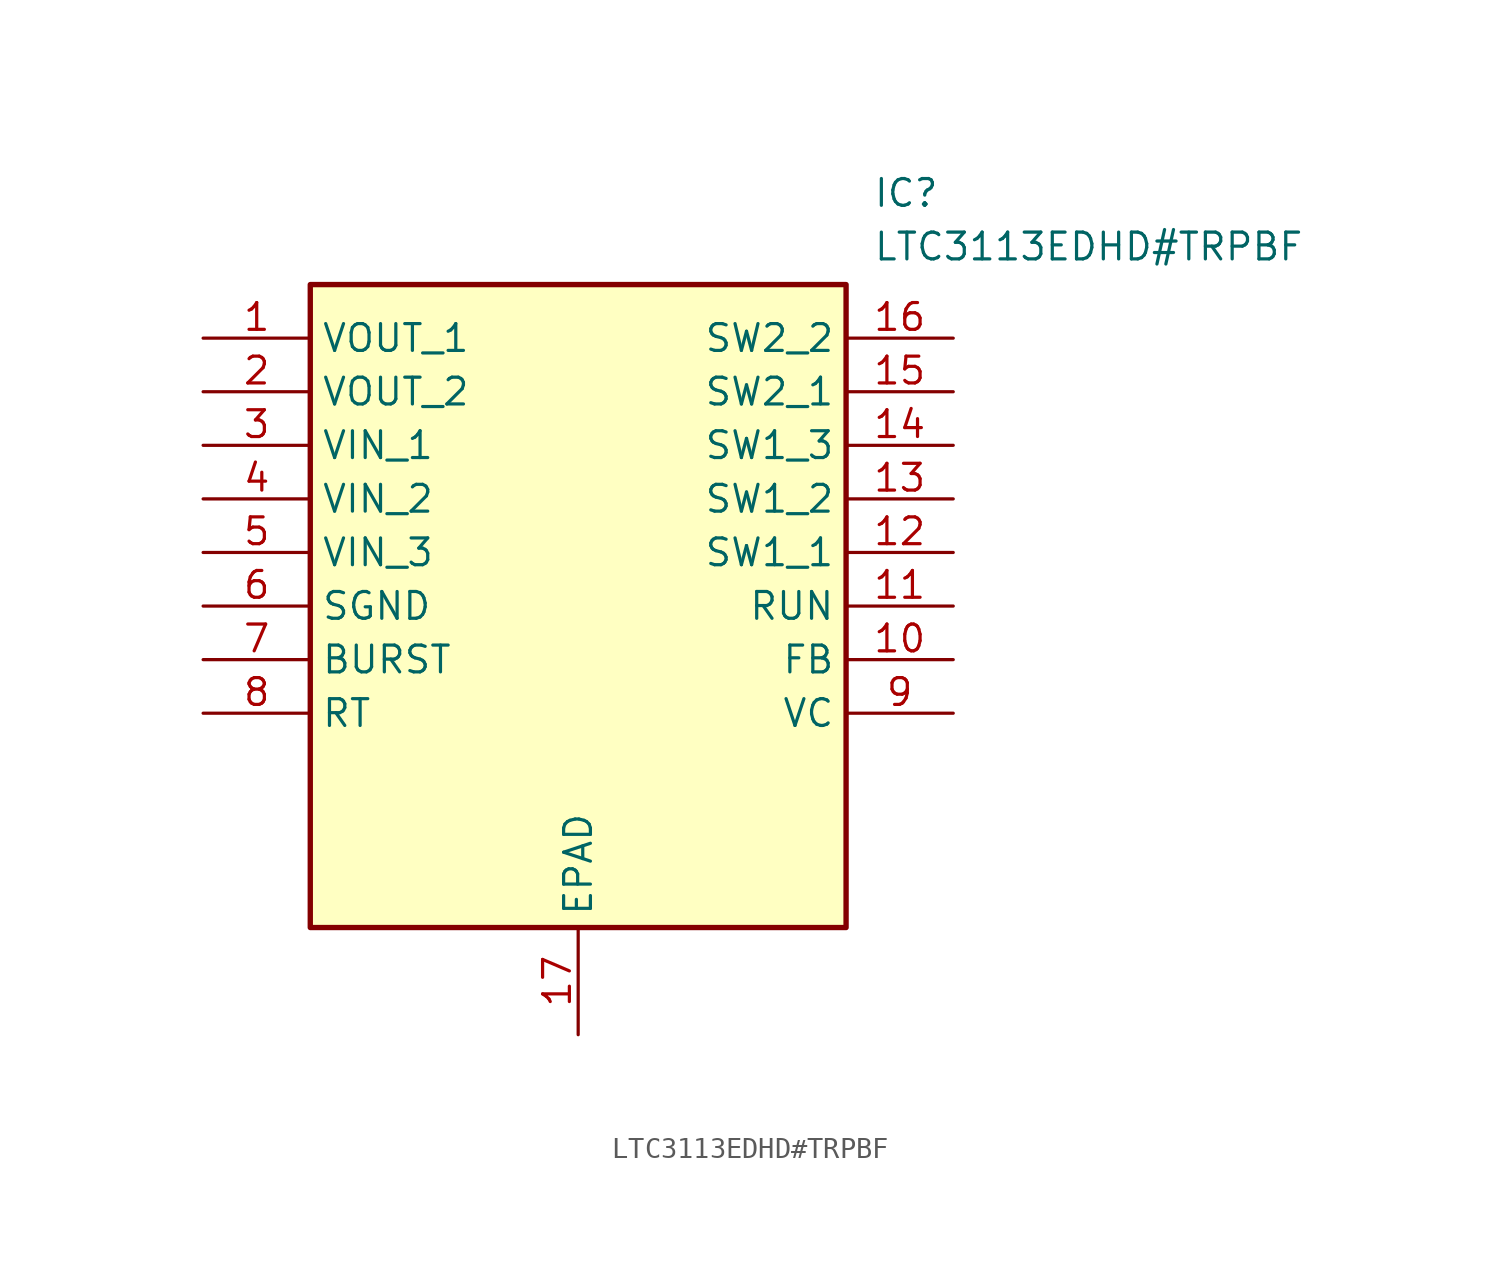
<source format=kicad_sym>
(kicad_symbol_lib
  (version 20211014)
  (generator SamacSys_ECAD_Model)
  (symbol "LTC3113EDHD#TRPBF"
    (property "Reference" "IC"
      (at 31.75 7.62 0)
      (effects (font (size 1.27 1.27)) (justify left top)))
    (property "Value" "LTC3113EDHD#TRPBF"
      (at 31.75 5.08 0)
      (effects (font (size 1.27 1.27)) (justify left top)))
    (rectangle
      (start 5.08 2.54)
      (end 30.48 -27.94)
      (stroke (width 0.254) (type default))
      (fill (type background)))
    (pin passive line
      (at 0 0 0)
      (length 5.08)
      (name "VOUT_1" (effects (font (size 1.27 1.27))))
      (number "1" (effects (font (size 1.27 1.27)))))
    (pin passive line
      (at 0 -2.54 0)
      (length 5.08)
      (name "VOUT_2" (effects (font (size 1.27 1.27))))
      (number "2" (effects (font (size 1.27 1.27)))))
    (pin passive line
      (at 0 -5.08 0)
      (length 5.08)
      (name "VIN_1" (effects (font (size 1.27 1.27))))
      (number "3" (effects (font (size 1.27 1.27)))))
    (pin passive line
      (at 0 -7.62 0)
      (length 5.08)
      (name "VIN_2" (effects (font (size 1.27 1.27))))
      (number "4" (effects (font (size 1.27 1.27)))))
    (pin passive line
      (at 0 -10.16 0)
      (length 5.08)
      (name "VIN_3" (effects (font (size 1.27 1.27))))
      (number "5" (effects (font (size 1.27 1.27)))))
    (pin passive line
      (at 0 -12.7 0)
      (length 5.08)
      (name "SGND" (effects (font (size 1.27 1.27))))
      (number "6" (effects (font (size 1.27 1.27)))))
    (pin passive line
      (at 0 -15.24 0)
      (length 5.08)
      (name "BURST" (effects (font (size 1.27 1.27))))
      (number "7" (effects (font (size 1.27 1.27)))))
    (pin passive line
      (at 0 -17.78 0)
      (length 5.08)
      (name "RT" (effects (font (size 1.27 1.27))))
      (number "8" (effects (font (size 1.27 1.27)))))
    (pin passive line
      (at 17.78 -33.02 90)
      (length 5.08)
      (name "EPAD" (effects (font (size 1.27 1.27))))
      (number "17" (effects (font (size 1.27 1.27)))))
    (pin passive line
      (at 35.56 0 180)
      (length 5.08)
      (name "SW2_2" (effects (font (size 1.27 1.27))))
      (number "16" (effects (font (size 1.27 1.27)))))
    (pin passive line
      (at 35.56 -2.54 180)
      (length 5.08)
      (name "SW2_1" (effects (font (size 1.27 1.27))))
      (number "15" (effects (font (size 1.27 1.27)))))
    (pin passive line
      (at 35.56 -5.08 180)
      (length 5.08)
      (name "SW1_3" (effects (font (size 1.27 1.27))))
      (number "14" (effects (font (size 1.27 1.27)))))
    (pin passive line
      (at 35.56 -7.62 180)
      (length 5.08)
      (name "SW1_2" (effects (font (size 1.27 1.27))))
      (number "13" (effects (font (size 1.27 1.27)))))
    (pin passive line
      (at 35.56 -10.16 180)
      (length 5.08)
      (name "SW1_1" (effects (font (size 1.27 1.27))))
      (number "12" (effects (font (size 1.27 1.27)))))
    (pin passive line
      (at 35.56 -12.7 180)
      (length 5.08)
      (name "RUN" (effects (font (size 1.27 1.27))))
      (number "11" (effects (font (size 1.27 1.27)))))
    (pin passive line
      (at 35.56 -15.24 180)
      (length 5.08)
      (name "FB" (effects (font (size 1.27 1.27))))
      (number "10" (effects (font (size 1.27 1.27)))))
    (pin passive line
      (at 35.56 -17.78 180)
      (length 5.08)
      (name "VC" (effects (font (size 1.27 1.27))))
      (number "9" (effects (font (size 1.27 1.27)))))))
</source>
